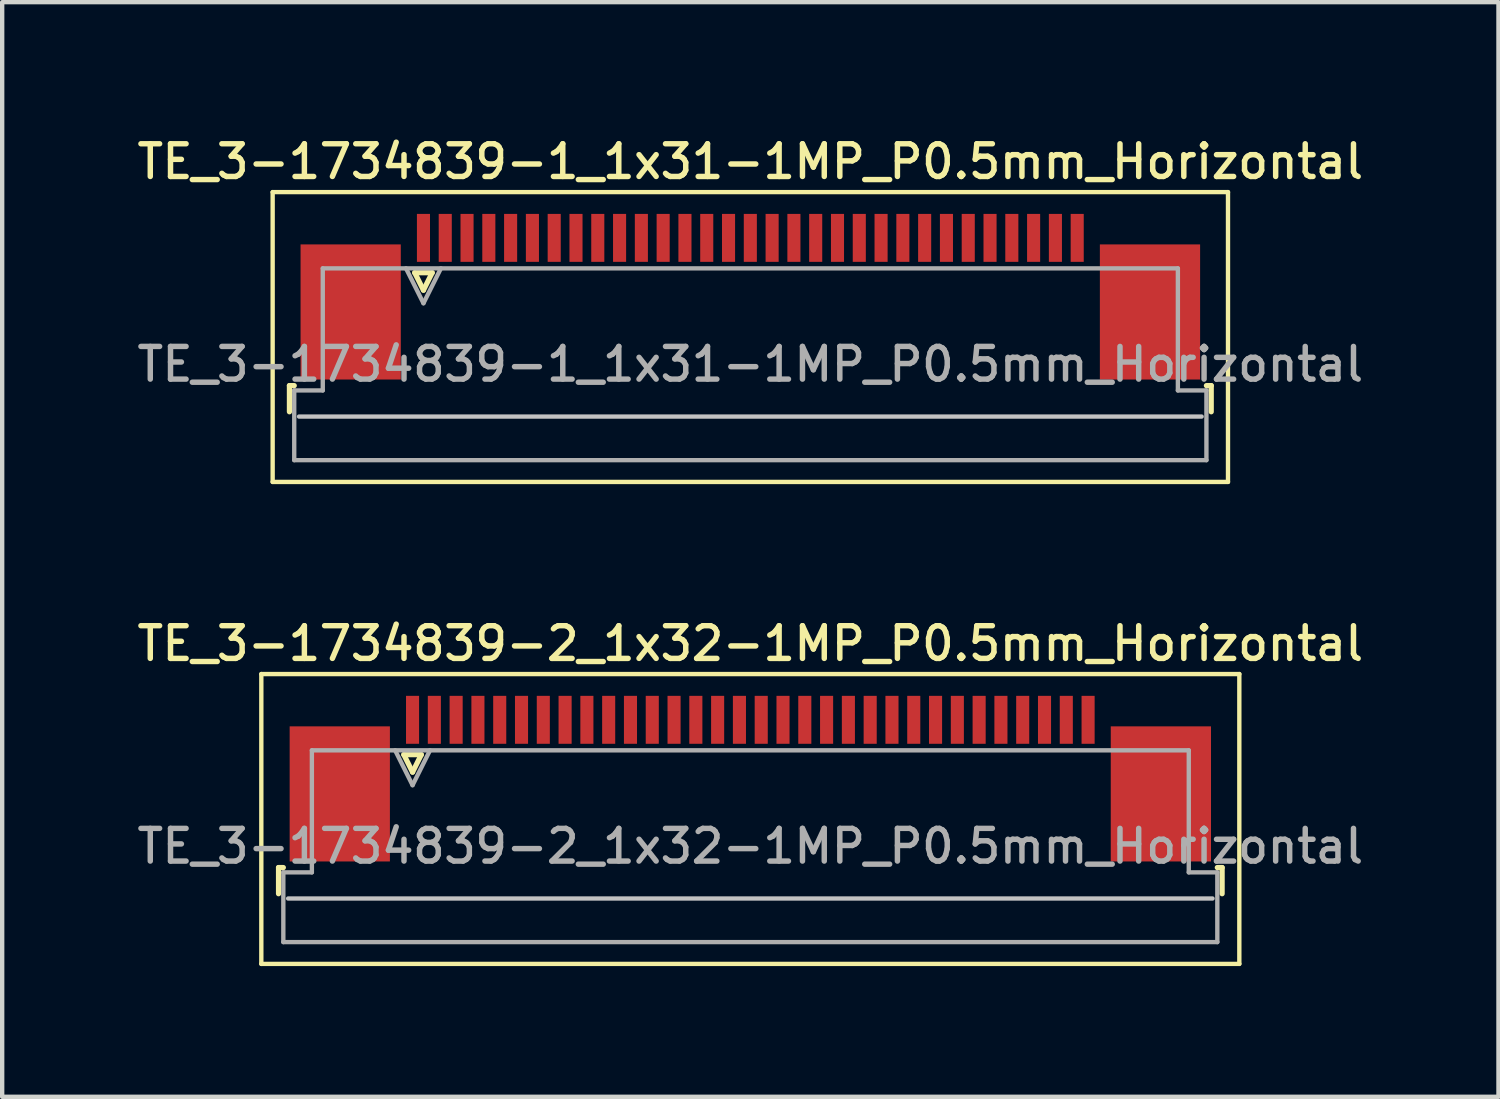
<source format=kicad_pcb>
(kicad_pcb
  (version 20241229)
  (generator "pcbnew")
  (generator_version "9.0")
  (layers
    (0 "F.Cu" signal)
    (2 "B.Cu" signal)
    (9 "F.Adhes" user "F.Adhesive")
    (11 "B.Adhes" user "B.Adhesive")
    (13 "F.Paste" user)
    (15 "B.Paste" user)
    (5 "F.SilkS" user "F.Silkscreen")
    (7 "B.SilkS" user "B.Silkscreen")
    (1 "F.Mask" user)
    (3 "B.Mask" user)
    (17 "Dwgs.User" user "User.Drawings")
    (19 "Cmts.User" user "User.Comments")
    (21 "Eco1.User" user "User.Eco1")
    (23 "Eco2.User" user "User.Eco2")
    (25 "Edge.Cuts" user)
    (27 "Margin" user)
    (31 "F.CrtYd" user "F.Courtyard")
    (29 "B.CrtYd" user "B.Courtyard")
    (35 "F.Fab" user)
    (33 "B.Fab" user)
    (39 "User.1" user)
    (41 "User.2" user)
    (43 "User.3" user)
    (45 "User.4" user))
  (footprint "TE_3-1734839-1_1x31-1MP_P0.5mm_Horizontal"
    (layer "F.Cu")
    (at 14.166 3.758)
    (property "Reference" "TE_3-1734839-1_1x31-1MP_P0.5mm_Horizontal" (at 0 -3.1 0) (layer "F.SilkS") (effects (font (size 0.75 0.75) (thickness 0.125))))
    (attr smd)
    (fp_line (start -10.96 -2.4) (end -10.96 4.25) (stroke (width 0.1) (type solid)) (layer "F.SilkS"))
    (fp_line (start -10.96 4.25) (end 10.96 4.25) (stroke (width 0.1) (type solid)) (layer "F.SilkS"))
    (fp_line (start -10.575 2.04) (end -10.575 2.64) (stroke (width 0.12) (type solid)) (layer "F.SilkS"))
    (fp_line (start -10.465 2.04) (end -10.575 2.04) (stroke (width 0.12) (type solid)) (layer "F.SilkS"))
    (fp_line (start -7.7 -0.55) (end -7.5 -0.15) (stroke (width 0.12) (type solid)) (layer "F.SilkS"))
    (fp_line (start -7.5 -0.15) (end -7.3 -0.55) (stroke (width 0.12) (type solid)) (layer "F.SilkS"))
    (fp_line (start -7.3 -0.55) (end -7.7 -0.55) (stroke (width 0.12) (type solid)) (layer "F.SilkS"))
    (fp_line (start 10.465 2.04) (end 10.575 2.04) (stroke (width 0.12) (type solid)) (layer "F.SilkS"))
    (fp_line (start 10.575 2.04) (end 10.575 2.64) (stroke (width 0.12) (type solid)) (layer "F.SilkS"))
    (fp_line (start 10.96 -2.4) (end -10.96 -2.4) (stroke (width 0.1) (type solid)) (layer "F.SilkS"))
    (fp_line (start 10.96 4.25) (end 10.96 -2.4) (stroke (width 0.1) (type solid)) (layer "F.SilkS"))
    (fp_line (start 10.355 2.75) (end -10.355 2.75) (stroke (width 0.1) (type solid)) (layer "Dwgs.User"))
    (fp_line (start -10.465 2.15) (end -9.81 2.15) (stroke (width 0.1) (type solid)) (layer "F.Fab"))
    (fp_line (start -10.465 3.75) (end -10.465 2.15) (stroke (width 0.1) (type solid)) (layer "F.Fab"))
    (fp_line (start -9.81 -0.65) (end 9.81 -0.65) (stroke (width 0.1) (type solid)) (layer "F.Fab"))
    (fp_line (start -9.81 2.15) (end -9.81 -0.65) (stroke (width 0.1) (type solid)) (layer "F.Fab"))
    (fp_line (start -7.9 -0.65) (end -7.5 0.15) (stroke (width 0.1) (type solid)) (layer "F.Fab"))
    (fp_line (start -7.5 0.15) (end -7.1 -0.65) (stroke (width 0.1) (type solid)) (layer "F.Fab"))
    (fp_line (start 9.81 -0.65) (end 9.81 2.15) (stroke (width 0.1) (type solid)) (layer "F.Fab"))
    (fp_line (start 9.81 2.15) (end 10.465 2.15) (stroke (width 0.1) (type solid)) (layer "F.Fab"))
    (fp_line (start 10.465 2.15) (end 10.465 3.75) (stroke (width 0.1) (type solid)) (layer "F.Fab"))
    (fp_line (start 10.465 3.75) (end -10.465 3.75) (stroke (width 0.1) (type solid)) (layer "F.Fab"))
    (fp_text user "${REFERENCE}" (at 0 1.55 0) (layer "F.Fab") (effects (font (size 0.75 0.75) (thickness 0.125))))
    (pad "1" smd rect (at -7.5 -1.35) (size 0.3 1.1) (layers "F.Cu" "F.Mask" "F.Paste"))
    (pad "2" smd rect (at -7 -1.35) (size 0.3 1.1) (layers "F.Cu" "F.Mask" "F.Paste"))
    (pad "3" smd rect (at -6.5 -1.35) (size 0.3 1.1) (layers "F.Cu" "F.Mask" "F.Paste"))
    (pad "4" smd rect (at -6 -1.35) (size 0.3 1.1) (layers "F.Cu" "F.Mask" "F.Paste"))
    (pad "5" smd rect (at -5.5 -1.35) (size 0.3 1.1) (layers "F.Cu" "F.Mask" "F.Paste"))
    (pad "6" smd rect (at -5 -1.35) (size 0.3 1.1) (layers "F.Cu" "F.Mask" "F.Paste"))
    (pad "7" smd rect (at -4.5 -1.35) (size 0.3 1.1) (layers "F.Cu" "F.Mask" "F.Paste"))
    (pad "8" smd rect (at -4 -1.35) (size 0.3 1.1) (layers "F.Cu" "F.Mask" "F.Paste"))
    (pad "9" smd rect (at -3.5 -1.35) (size 0.3 1.1) (layers "F.Cu" "F.Mask" "F.Paste"))
    (pad "10" smd rect (at -3 -1.35) (size 0.3 1.1) (layers "F.Cu" "F.Mask" "F.Paste"))
    (pad "11" smd rect (at -2.5 -1.35) (size 0.3 1.1) (layers "F.Cu" "F.Mask" "F.Paste"))
    (pad "12" smd rect (at -2 -1.35) (size 0.3 1.1) (layers "F.Cu" "F.Mask" "F.Paste"))
    (pad "13" smd rect (at -1.5 -1.35) (size 0.3 1.1) (layers "F.Cu" "F.Mask" "F.Paste"))
    (pad "14" smd rect (at -1 -1.35) (size 0.3 1.1) (layers "F.Cu" "F.Mask" "F.Paste"))
    (pad "15" smd rect (at -0.5 -1.35) (size 0.3 1.1) (layers "F.Cu" "F.Mask" "F.Paste"))
    (pad "16" smd rect (at 0 -1.35) (size 0.3 1.1) (layers "F.Cu" "F.Mask" "F.Paste"))
    (pad "17" smd rect (at 0.5 -1.35) (size 0.3 1.1) (layers "F.Cu" "F.Mask" "F.Paste"))
    (pad "18" smd rect (at 1 -1.35) (size 0.3 1.1) (layers "F.Cu" "F.Mask" "F.Paste"))
    (pad "19" smd rect (at 1.5 -1.35) (size 0.3 1.1) (layers "F.Cu" "F.Mask" "F.Paste"))
    (pad "20" smd rect (at 2 -1.35) (size 0.3 1.1) (layers "F.Cu" "F.Mask" "F.Paste"))
    (pad "21" smd rect (at 2.5 -1.35) (size 0.3 1.1) (layers "F.Cu" "F.Mask" "F.Paste"))
    (pad "22" smd rect (at 3 -1.35) (size 0.3 1.1) (layers "F.Cu" "F.Mask" "F.Paste"))
    (pad "23" smd rect (at 3.5 -1.35) (size 0.3 1.1) (layers "F.Cu" "F.Mask" "F.Paste"))
    (pad "24" smd rect (at 4 -1.35) (size 0.3 1.1) (layers "F.Cu" "F.Mask" "F.Paste"))
    (pad "25" smd rect (at 4.5 -1.35) (size 0.3 1.1) (layers "F.Cu" "F.Mask" "F.Paste"))
    (pad "26" smd rect (at 5 -1.35) (size 0.3 1.1) (layers "F.Cu" "F.Mask" "F.Paste"))
    (pad "27" smd rect (at 5.5 -1.35) (size 0.3 1.1) (layers "F.Cu" "F.Mask" "F.Paste"))
    (pad "28" smd rect (at 6 -1.35) (size 0.3 1.1) (layers "F.Cu" "F.Mask" "F.Paste"))
    (pad "29" smd rect (at 6.5 -1.35) (size 0.3 1.1) (layers "F.Cu" "F.Mask" "F.Paste"))
    (pad "30" smd rect (at 7 -1.35) (size 0.3 1.1) (layers "F.Cu" "F.Mask" "F.Paste"))
    (pad "31" smd rect (at 7.5 -1.35) (size 0.3 1.1) (layers "F.Cu" "F.Mask" "F.Paste"))
    (pad "MP" smd rect (at -9.17 0.35) (size 2.3 3.1) (layers "F.Cu" "F.Mask" "F.Paste"))
    (pad "MP" smd rect (at 9.17 0.35) (size 2.3 3.1) (layers "F.Cu" "F.Mask" "F.Paste")))
  (footprint "TE_3-1734839-2_1x32-1MP_P0.5mm_Horizontal"
    (layer "F.Cu")
    (at 14.166 14.816)
    (property "Reference" "TE_3-1734839-2_1x32-1MP_P0.5mm_Horizontal" (at 0 -3.1 0) (layer "F.SilkS") (effects (font (size 0.75 0.75) (thickness 0.125))))
    (attr smd)
    (fp_line (start -11.22 -2.4) (end -11.22 4.25) (stroke (width 0.1) (type solid)) (layer "F.SilkS"))
    (fp_line (start -11.22 4.25) (end 11.22 4.25) (stroke (width 0.1) (type solid)) (layer "F.SilkS"))
    (fp_line (start -10.825 2.04) (end -10.825 2.64) (stroke (width 0.12) (type solid)) (layer "F.SilkS"))
    (fp_line (start -10.715 2.04) (end -10.825 2.04) (stroke (width 0.12) (type solid)) (layer "F.SilkS"))
    (fp_line (start -7.95 -0.55) (end -7.75 -0.15) (stroke (width 0.12) (type solid)) (layer "F.SilkS"))
    (fp_line (start -7.75 -0.15) (end -7.55 -0.55) (stroke (width 0.12) (type solid)) (layer "F.SilkS"))
    (fp_line (start -7.55 -0.55) (end -7.95 -0.55) (stroke (width 0.12) (type solid)) (layer "F.SilkS"))
    (fp_line (start 10.715 2.04) (end 10.825 2.04) (stroke (width 0.12) (type solid)) (layer "F.SilkS"))
    (fp_line (start 10.825 2.04) (end 10.825 2.64) (stroke (width 0.12) (type solid)) (layer "F.SilkS"))
    (fp_line (start 11.22 -2.4) (end -11.22 -2.4) (stroke (width 0.1) (type solid)) (layer "F.SilkS"))
    (fp_line (start 11.22 4.25) (end 11.22 -2.4) (stroke (width 0.1) (type solid)) (layer "F.SilkS"))
    (fp_line (start 10.605 2.75) (end -10.605 2.75) (stroke (width 0.1) (type solid)) (layer "Dwgs.User"))
    (fp_line (start -10.715 2.15) (end -10.06 2.15) (stroke (width 0.1) (type solid)) (layer "F.Fab"))
    (fp_line (start -10.715 3.75) (end -10.715 2.15) (stroke (width 0.1) (type solid)) (layer "F.Fab"))
    (fp_line (start -10.06 -0.65) (end 10.06 -0.65) (stroke (width 0.1) (type solid)) (layer "F.Fab"))
    (fp_line (start -10.06 2.15) (end -10.06 -0.65) (stroke (width 0.1) (type solid)) (layer "F.Fab"))
    (fp_line (start -8.15 -0.65) (end -7.75 0.15) (stroke (width 0.1) (type solid)) (layer "F.Fab"))
    (fp_line (start -7.75 0.15) (end -7.35 -0.65) (stroke (width 0.1) (type solid)) (layer "F.Fab"))
    (fp_line (start 10.06 -0.65) (end 10.06 2.15) (stroke (width 0.1) (type solid)) (layer "F.Fab"))
    (fp_line (start 10.06 2.15) (end 10.715 2.15) (stroke (width 0.1) (type solid)) (layer "F.Fab"))
    (fp_line (start 10.715 2.15) (end 10.715 3.75) (stroke (width 0.1) (type solid)) (layer "F.Fab"))
    (fp_line (start 10.715 3.75) (end -10.715 3.75) (stroke (width 0.1) (type solid)) (layer "F.Fab"))
    (fp_text user "${REFERENCE}" (at 0 1.55 0) (layer "F.Fab") (effects (font (size 0.75 0.75) (thickness 0.125))))
    (pad "1" smd rect (at -7.75 -1.35) (size 0.3 1.1) (layers "F.Cu" "F.Mask" "F.Paste"))
    (pad "2" smd rect (at -7.25 -1.35) (size 0.3 1.1) (layers "F.Cu" "F.Mask" "F.Paste"))
    (pad "3" smd rect (at -6.75 -1.35) (size 0.3 1.1) (layers "F.Cu" "F.Mask" "F.Paste"))
    (pad "4" smd rect (at -6.25 -1.35) (size 0.3 1.1) (layers "F.Cu" "F.Mask" "F.Paste"))
    (pad "5" smd rect (at -5.75 -1.35) (size 0.3 1.1) (layers "F.Cu" "F.Mask" "F.Paste"))
    (pad "6" smd rect (at -5.25 -1.35) (size 0.3 1.1) (layers "F.Cu" "F.Mask" "F.Paste"))
    (pad "7" smd rect (at -4.75 -1.35) (size 0.3 1.1) (layers "F.Cu" "F.Mask" "F.Paste"))
    (pad "8" smd rect (at -4.25 -1.35) (size 0.3 1.1) (layers "F.Cu" "F.Mask" "F.Paste"))
    (pad "9" smd rect (at -3.75 -1.35) (size 0.3 1.1) (layers "F.Cu" "F.Mask" "F.Paste"))
    (pad "10" smd rect (at -3.25 -1.35) (size 0.3 1.1) (layers "F.Cu" "F.Mask" "F.Paste"))
    (pad "11" smd rect (at -2.75 -1.35) (size 0.3 1.1) (layers "F.Cu" "F.Mask" "F.Paste"))
    (pad "12" smd rect (at -2.25 -1.35) (size 0.3 1.1) (layers "F.Cu" "F.Mask" "F.Paste"))
    (pad "13" smd rect (at -1.75 -1.35) (size 0.3 1.1) (layers "F.Cu" "F.Mask" "F.Paste"))
    (pad "14" smd rect (at -1.25 -1.35) (size 0.3 1.1) (layers "F.Cu" "F.Mask" "F.Paste"))
    (pad "15" smd rect (at -0.75 -1.35) (size 0.3 1.1) (layers "F.Cu" "F.Mask" "F.Paste"))
    (pad "16" smd rect (at -0.25 -1.35) (size 0.3 1.1) (layers "F.Cu" "F.Mask" "F.Paste"))
    (pad "17" smd rect (at 0.25 -1.35) (size 0.3 1.1) (layers "F.Cu" "F.Mask" "F.Paste"))
    (pad "18" smd rect (at 0.75 -1.35) (size 0.3 1.1) (layers "F.Cu" "F.Mask" "F.Paste"))
    (pad "19" smd rect (at 1.25 -1.35) (size 0.3 1.1) (layers "F.Cu" "F.Mask" "F.Paste"))
    (pad "20" smd rect (at 1.75 -1.35) (size 0.3 1.1) (layers "F.Cu" "F.Mask" "F.Paste"))
    (pad "21" smd rect (at 2.25 -1.35) (size 0.3 1.1) (layers "F.Cu" "F.Mask" "F.Paste"))
    (pad "22" smd rect (at 2.75 -1.35) (size 0.3 1.1) (layers "F.Cu" "F.Mask" "F.Paste"))
    (pad "23" smd rect (at 3.25 -1.35) (size 0.3 1.1) (layers "F.Cu" "F.Mask" "F.Paste"))
    (pad "24" smd rect (at 3.75 -1.35) (size 0.3 1.1) (layers "F.Cu" "F.Mask" "F.Paste"))
    (pad "25" smd rect (at 4.25 -1.35) (size 0.3 1.1) (layers "F.Cu" "F.Mask" "F.Paste"))
    (pad "26" smd rect (at 4.75 -1.35) (size 0.3 1.1) (layers "F.Cu" "F.Mask" "F.Paste"))
    (pad "27" smd rect (at 5.25 -1.35) (size 0.3 1.1) (layers "F.Cu" "F.Mask" "F.Paste"))
    (pad "28" smd rect (at 5.75 -1.35) (size 0.3 1.1) (layers "F.Cu" "F.Mask" "F.Paste"))
    (pad "29" smd rect (at 6.25 -1.35) (size 0.3 1.1) (layers "F.Cu" "F.Mask" "F.Paste"))
    (pad "30" smd rect (at 6.75 -1.35) (size 0.3 1.1) (layers "F.Cu" "F.Mask" "F.Paste"))
    (pad "31" smd rect (at 7.25 -1.35) (size 0.3 1.1) (layers "F.Cu" "F.Mask" "F.Paste"))
    (pad "32" smd rect (at 7.75 -1.35) (size 0.3 1.1) (layers "F.Cu" "F.Mask" "F.Paste"))
    (pad "MP" smd rect (at -9.42 0.35) (size 2.3 3.1) (layers "F.Cu" "F.Mask" "F.Paste"))
    (pad "MP" smd rect (at 9.42 0.35) (size 2.3 3.1) (layers "F.Cu" "F.Mask" "F.Paste")))
  (gr_rect
    (start -3 -3)
    (end 31.332 22.116)
    (stroke (width 0.1) (type default))
    (fill no)
    (layer "Edge.Cuts")))
</source>
